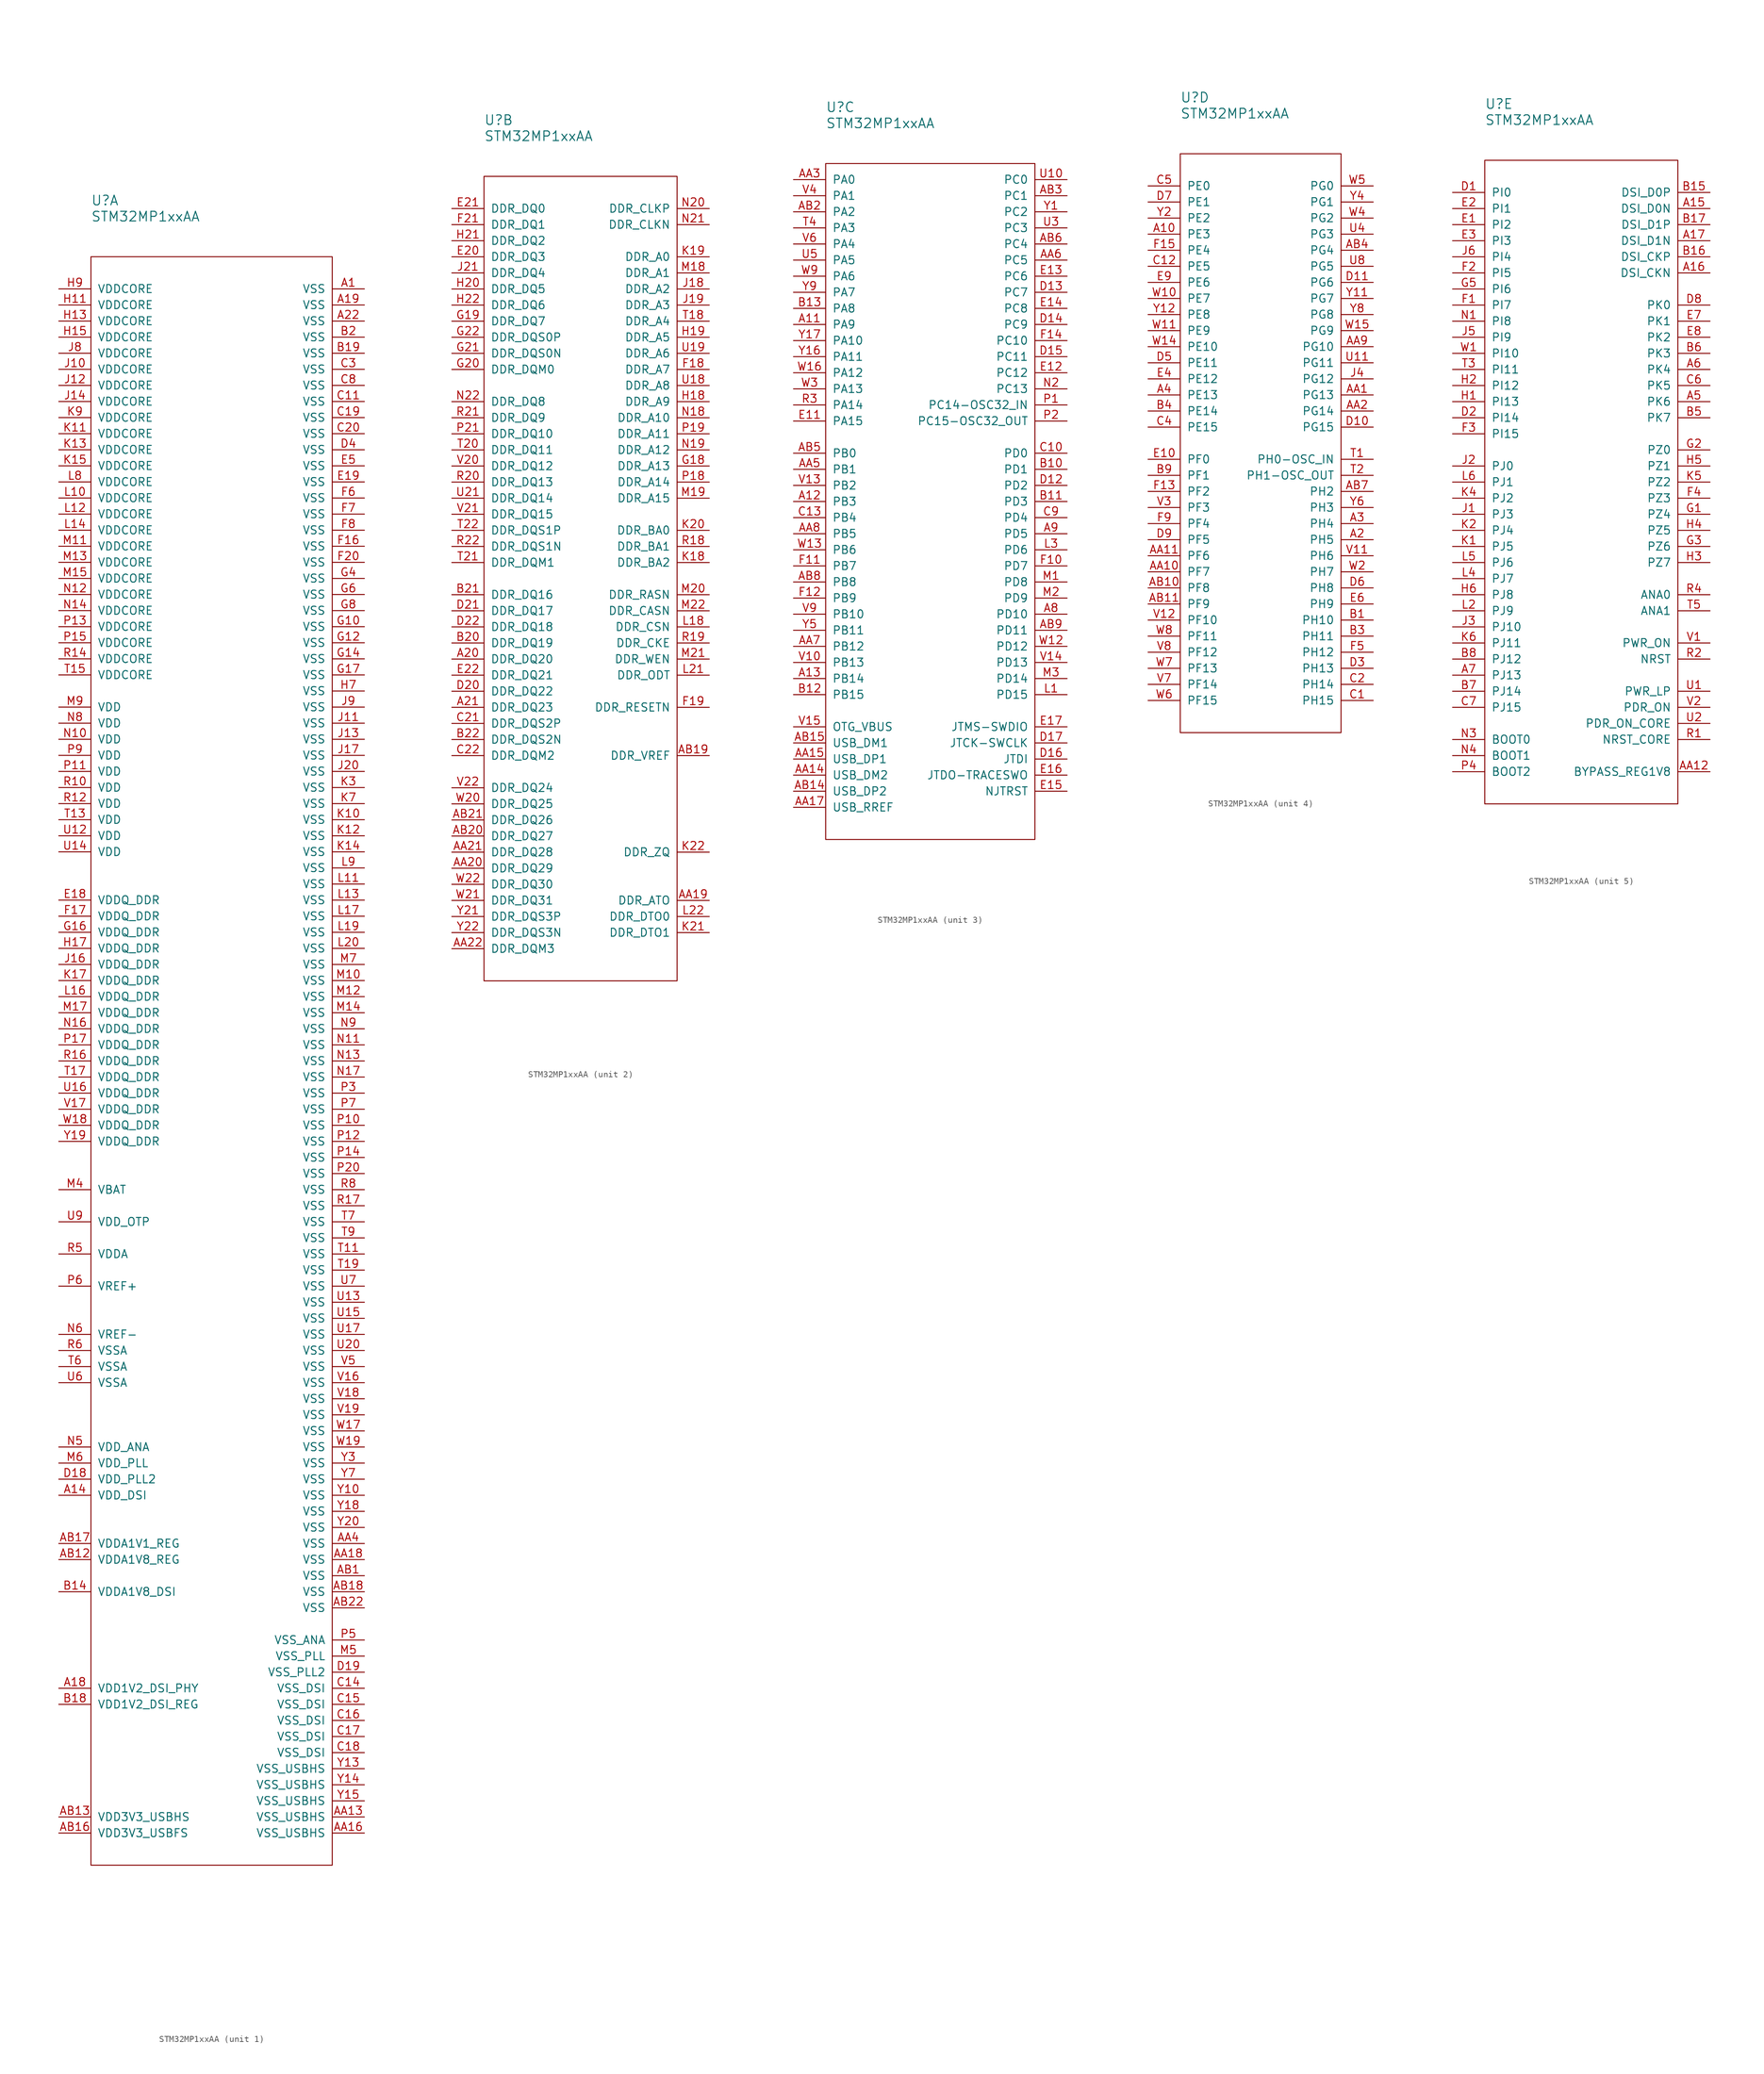
<source format=kicad_sym>
(kicad_symbol_lib
  (version 20211014)
  (generator kicad_symbol_editor)
  (symbol "STM32MP1xxAA"
    (pin_names
      (offset 1.016))
    (property "Reference" "U"
      (at 0 8.89 0)
      (effects (font (size 1.524 1.524)) (justify left)))
    (property "Value" "STM32MP1xxAA"
      (at 0 6.35 0)
      (effects (font (size 1.524 1.524)) (justify left)))
    (property "ki_locked" ""
      (at 0 0 0)
      (effects (font (size 1.27 1.27))))
    (symbol "STM32MP1xxAA_1_1"
      (rectangle (start 0 0) (end 38.1 -254) (stroke (width 0.152) (type default) (color 0 0 0 0)) (fill (type none)))
      (pin passive line (at 43.18 -5.08 180) (length 5.08) (name "VSS" (effects (font (size 1.27 1.27)))) (number "A1" (effects (font (size 1.27 1.27)))))
      (pin passive line (at -5.08 -195.58 0) (length 5.08) (name "VDD_DSI" (effects (font (size 1.27 1.27)))) (number "A14" (effects (font (size 1.27 1.27)))))
      (pin passive line (at -5.08 -226.06 0) (length 5.08) (name "VDD1V2_DSI_PHY" (effects (font (size 1.27 1.27)))) (number "A18" (effects (font (size 1.27 1.27)))))
      (pin passive line (at 43.18 -7.62 180) (length 5.08) (name "VSS" (effects (font (size 1.27 1.27)))) (number "A19" (effects (font (size 1.27 1.27)))))
      (pin passive line (at 43.18 -10.16 180) (length 5.08) (name "VSS" (effects (font (size 1.27 1.27)))) (number "A22" (effects (font (size 1.27 1.27)))))
      (pin passive line (at 43.18 -246.38 180) (length 5.08) (name "VSS_USBHS" (effects (font (size 1.27 1.27)))) (number "AA13" (effects (font (size 1.27 1.27)))))
      (pin passive line (at 43.18 -248.92 180) (length 5.08) (name "VSS_USBHS" (effects (font (size 1.27 1.27)))) (number "AA16" (effects (font (size 1.27 1.27)))))
      (pin passive line (at 43.18 -205.74 180) (length 5.08) (name "VSS" (effects (font (size 1.27 1.27)))) (number "AA18" (effects (font (size 1.27 1.27)))))
      (pin passive line (at 43.18 -203.2 180) (length 5.08) (name "VSS" (effects (font (size 1.27 1.27)))) (number "AA4" (effects (font (size 1.27 1.27)))))
      (pin passive line (at 43.18 -208.28 180) (length 5.08) (name "VSS" (effects (font (size 1.27 1.27)))) (number "AB1" (effects (font (size 1.27 1.27)))))
      (pin passive line (at -5.08 -205.74 0) (length 5.08) (name "VDDA1V8_REG" (effects (font (size 1.27 1.27)))) (number "AB12" (effects (font (size 1.27 1.27)))))
      (pin passive line (at -5.08 -246.38 0) (length 5.08) (name "VDD3V3_USBHS" (effects (font (size 1.27 1.27)))) (number "AB13" (effects (font (size 1.27 1.27)))))
      (pin passive line (at -5.08 -248.92 0) (length 5.08) (name "VDD3V3_USBFS" (effects (font (size 1.27 1.27)))) (number "AB16" (effects (font (size 1.27 1.27)))))
      (pin passive line (at -5.08 -203.2 0) (length 5.08) (name "VDDA1V1_REG" (effects (font (size 1.27 1.27)))) (number "AB17" (effects (font (size 1.27 1.27)))))
      (pin passive line (at 43.18 -210.82 180) (length 5.08) (name "VSS" (effects (font (size 1.27 1.27)))) (number "AB18" (effects (font (size 1.27 1.27)))))
      (pin passive line (at 43.18 -213.36 180) (length 5.08) (name "VSS" (effects (font (size 1.27 1.27)))) (number "AB22" (effects (font (size 1.27 1.27)))))
      (pin passive line (at -5.08 -210.82 0) (length 5.08) (name "VDDA1V8_DSI" (effects (font (size 1.27 1.27)))) (number "B14" (effects (font (size 1.27 1.27)))))
      (pin passive line (at -5.08 -228.6 0) (length 5.08) (name "VDD1V2_DSI_REG" (effects (font (size 1.27 1.27)))) (number "B18" (effects (font (size 1.27 1.27)))))
      (pin passive line (at 43.18 -15.24 180) (length 5.08) (name "VSS" (effects (font (size 1.27 1.27)))) (number "B19" (effects (font (size 1.27 1.27)))))
      (pin passive line (at 43.18 -12.7 180) (length 5.08) (name "VSS" (effects (font (size 1.27 1.27)))) (number "B2" (effects (font (size 1.27 1.27)))))
      (pin passive line (at 43.18 -22.86 180) (length 5.08) (name "VSS" (effects (font (size 1.27 1.27)))) (number "C11" (effects (font (size 1.27 1.27)))))
      (pin passive line (at 43.18 -226.06 180) (length 5.08) (name "VSS_DSI" (effects (font (size 1.27 1.27)))) (number "C14" (effects (font (size 1.27 1.27)))))
      (pin passive line (at 43.18 -228.6 180) (length 5.08) (name "VSS_DSI" (effects (font (size 1.27 1.27)))) (number "C15" (effects (font (size 1.27 1.27)))))
      (pin passive line (at 43.18 -231.14 180) (length 5.08) (name "VSS_DSI" (effects (font (size 1.27 1.27)))) (number "C16" (effects (font (size 1.27 1.27)))))
      (pin passive line (at 43.18 -233.68 180) (length 5.08) (name "VSS_DSI" (effects (font (size 1.27 1.27)))) (number "C17" (effects (font (size 1.27 1.27)))))
      (pin passive line (at 43.18 -236.22 180) (length 5.08) (name "VSS_DSI" (effects (font (size 1.27 1.27)))) (number "C18" (effects (font (size 1.27 1.27)))))
      (pin passive line (at 43.18 -25.4 180) (length 5.08) (name "VSS" (effects (font (size 1.27 1.27)))) (number "C19" (effects (font (size 1.27 1.27)))))
      (pin passive line (at 43.18 -27.94 180) (length 5.08) (name "VSS" (effects (font (size 1.27 1.27)))) (number "C20" (effects (font (size 1.27 1.27)))))
      (pin passive line (at 43.18 -17.78 180) (length 5.08) (name "VSS" (effects (font (size 1.27 1.27)))) (number "C3" (effects (font (size 1.27 1.27)))))
      (pin passive line (at 43.18 -20.32 180) (length 5.08) (name "VSS" (effects (font (size 1.27 1.27)))) (number "C8" (effects (font (size 1.27 1.27)))))
      (pin passive line (at -5.08 -193.04 0) (length 5.08) (name "VDD_PLL2" (effects (font (size 1.27 1.27)))) (number "D18" (effects (font (size 1.27 1.27)))))
      (pin passive line (at 43.18 -223.52 180) (length 5.08) (name "VSS_PLL2" (effects (font (size 1.27 1.27)))) (number "D19" (effects (font (size 1.27 1.27)))))
      (pin passive line (at 43.18 -30.48 180) (length 5.08) (name "VSS" (effects (font (size 1.27 1.27)))) (number "D4" (effects (font (size 1.27 1.27)))))
      (pin passive line (at -5.08 -101.6 0) (length 5.08) (name "VDDQ_DDR" (effects (font (size 1.27 1.27)))) (number "E18" (effects (font (size 1.27 1.27)))))
      (pin passive line (at 43.18 -35.56 180) (length 5.08) (name "VSS" (effects (font (size 1.27 1.27)))) (number "E19" (effects (font (size 1.27 1.27)))))
      (pin passive line (at 43.18 -33.02 180) (length 5.08) (name "VSS" (effects (font (size 1.27 1.27)))) (number "E5" (effects (font (size 1.27 1.27)))))
      (pin passive line (at 43.18 -45.72 180) (length 5.08) (name "VSS" (effects (font (size 1.27 1.27)))) (number "F16" (effects (font (size 1.27 1.27)))))
      (pin passive line (at -5.08 -104.14 0) (length 5.08) (name "VDDQ_DDR" (effects (font (size 1.27 1.27)))) (number "F17" (effects (font (size 1.27 1.27)))))
      (pin passive line (at 43.18 -48.26 180) (length 5.08) (name "VSS" (effects (font (size 1.27 1.27)))) (number "F20" (effects (font (size 1.27 1.27)))))
      (pin passive line (at 43.18 -38.1 180) (length 5.08) (name "VSS" (effects (font (size 1.27 1.27)))) (number "F6" (effects (font (size 1.27 1.27)))))
      (pin passive line (at 43.18 -40.64 180) (length 5.08) (name "VSS" (effects (font (size 1.27 1.27)))) (number "F7" (effects (font (size 1.27 1.27)))))
      (pin passive line (at 43.18 -43.18 180) (length 5.08) (name "VSS" (effects (font (size 1.27 1.27)))) (number "F8" (effects (font (size 1.27 1.27)))))
      (pin passive line (at 43.18 -58.42 180) (length 5.08) (name "VSS" (effects (font (size 1.27 1.27)))) (number "G10" (effects (font (size 1.27 1.27)))))
      (pin passive line (at 43.18 -60.96 180) (length 5.08) (name "VSS" (effects (font (size 1.27 1.27)))) (number "G12" (effects (font (size 1.27 1.27)))))
      (pin passive line (at 43.18 -63.5 180) (length 5.08) (name "VSS" (effects (font (size 1.27 1.27)))) (number "G14" (effects (font (size 1.27 1.27)))))
      (pin passive line (at -5.08 -106.68 0) (length 5.08) (name "VDDQ_DDR" (effects (font (size 1.27 1.27)))) (number "G16" (effects (font (size 1.27 1.27)))))
      (pin passive line (at 43.18 -66.04 180) (length 5.08) (name "VSS" (effects (font (size 1.27 1.27)))) (number "G17" (effects (font (size 1.27 1.27)))))
      (pin passive line (at 43.18 -50.8 180) (length 5.08) (name "VSS" (effects (font (size 1.27 1.27)))) (number "G4" (effects (font (size 1.27 1.27)))))
      (pin passive line (at 43.18 -53.34 180) (length 5.08) (name "VSS" (effects (font (size 1.27 1.27)))) (number "G6" (effects (font (size 1.27 1.27)))))
      (pin passive line (at 43.18 -55.88 180) (length 5.08) (name "VSS" (effects (font (size 1.27 1.27)))) (number "G8" (effects (font (size 1.27 1.27)))))
      (pin passive line (at -5.08 -7.62 0) (length 5.08) (name "VDDCORE" (effects (font (size 1.27 1.27)))) (number "H11" (effects (font (size 1.27 1.27)))))
      (pin passive line (at -5.08 -10.16 0) (length 5.08) (name "VDDCORE" (effects (font (size 1.27 1.27)))) (number "H13" (effects (font (size 1.27 1.27)))))
      (pin passive line (at -5.08 -12.7 0) (length 5.08) (name "VDDCORE" (effects (font (size 1.27 1.27)))) (number "H15" (effects (font (size 1.27 1.27)))))
      (pin passive line (at -5.08 -109.22 0) (length 5.08) (name "VDDQ_DDR" (effects (font (size 1.27 1.27)))) (number "H17" (effects (font (size 1.27 1.27)))))
      (pin passive line (at 43.18 -68.58 180) (length 5.08) (name "VSS" (effects (font (size 1.27 1.27)))) (number "H7" (effects (font (size 1.27 1.27)))))
      (pin passive line (at -5.08 -5.08 0) (length 5.08) (name "VDDCORE" (effects (font (size 1.27 1.27)))) (number "H9" (effects (font (size 1.27 1.27)))))
      (pin passive line (at -5.08 -17.78 0) (length 5.08) (name "VDDCORE" (effects (font (size 1.27 1.27)))) (number "J10" (effects (font (size 1.27 1.27)))))
      (pin passive line (at 43.18 -73.66 180) (length 5.08) (name "VSS" (effects (font (size 1.27 1.27)))) (number "J11" (effects (font (size 1.27 1.27)))))
      (pin passive line (at -5.08 -20.32 0) (length 5.08) (name "VDDCORE" (effects (font (size 1.27 1.27)))) (number "J12" (effects (font (size 1.27 1.27)))))
      (pin passive line (at 43.18 -76.2 180) (length 5.08) (name "VSS" (effects (font (size 1.27 1.27)))) (number "J13" (effects (font (size 1.27 1.27)))))
      (pin passive line (at -5.08 -22.86 0) (length 5.08) (name "VDDCORE" (effects (font (size 1.27 1.27)))) (number "J14" (effects (font (size 1.27 1.27)))))
      (pin passive line (at -5.08 -111.76 0) (length 5.08) (name "VDDQ_DDR" (effects (font (size 1.27 1.27)))) (number "J16" (effects (font (size 1.27 1.27)))))
      (pin passive line (at 43.18 -78.74 180) (length 5.08) (name "VSS" (effects (font (size 1.27 1.27)))) (number "J17" (effects (font (size 1.27 1.27)))))
      (pin passive line (at 43.18 -81.28 180) (length 5.08) (name "VSS" (effects (font (size 1.27 1.27)))) (number "J20" (effects (font (size 1.27 1.27)))))
      (pin passive line (at -5.08 -15.24 0) (length 5.08) (name "VDDCORE" (effects (font (size 1.27 1.27)))) (number "J8" (effects (font (size 1.27 1.27)))))
      (pin passive line (at 43.18 -71.12 180) (length 5.08) (name "VSS" (effects (font (size 1.27 1.27)))) (number "J9" (effects (font (size 1.27 1.27)))))
      (pin passive line (at 43.18 -88.9 180) (length 5.08) (name "VSS" (effects (font (size 1.27 1.27)))) (number "K10" (effects (font (size 1.27 1.27)))))
      (pin passive line (at -5.08 -27.94 0) (length 5.08) (name "VDDCORE" (effects (font (size 1.27 1.27)))) (number "K11" (effects (font (size 1.27 1.27)))))
      (pin passive line (at 43.18 -91.44 180) (length 5.08) (name "VSS" (effects (font (size 1.27 1.27)))) (number "K12" (effects (font (size 1.27 1.27)))))
      (pin passive line (at -5.08 -30.48 0) (length 5.08) (name "VDDCORE" (effects (font (size 1.27 1.27)))) (number "K13" (effects (font (size 1.27 1.27)))))
      (pin passive line (at 43.18 -93.98 180) (length 5.08) (name "VSS" (effects (font (size 1.27 1.27)))) (number "K14" (effects (font (size 1.27 1.27)))))
      (pin passive line (at -5.08 -33.02 0) (length 5.08) (name "VDDCORE" (effects (font (size 1.27 1.27)))) (number "K15" (effects (font (size 1.27 1.27)))))
      (pin passive line (at -5.08 -114.3 0) (length 5.08) (name "VDDQ_DDR" (effects (font (size 1.27 1.27)))) (number "K17" (effects (font (size 1.27 1.27)))))
      (pin passive line (at 43.18 -83.82 180) (length 5.08) (name "VSS" (effects (font (size 1.27 1.27)))) (number "K3" (effects (font (size 1.27 1.27)))))
      (pin passive line (at 43.18 -86.36 180) (length 5.08) (name "VSS" (effects (font (size 1.27 1.27)))) (number "K7" (effects (font (size 1.27 1.27)))))
      (pin passive line (at -5.08 -25.4 0) (length 5.08) (name "VDDCORE" (effects (font (size 1.27 1.27)))) (number "K9" (effects (font (size 1.27 1.27)))))
      (pin passive line (at -5.08 -38.1 0) (length 5.08) (name "VDDCORE" (effects (font (size 1.27 1.27)))) (number "L10" (effects (font (size 1.27 1.27)))))
      (pin passive line (at 43.18 -99.06 180) (length 5.08) (name "VSS" (effects (font (size 1.27 1.27)))) (number "L11" (effects (font (size 1.27 1.27)))))
      (pin passive line (at -5.08 -40.64 0) (length 5.08) (name "VDDCORE" (effects (font (size 1.27 1.27)))) (number "L12" (effects (font (size 1.27 1.27)))))
      (pin passive line (at 43.18 -101.6 180) (length 5.08) (name "VSS" (effects (font (size 1.27 1.27)))) (number "L13" (effects (font (size 1.27 1.27)))))
      (pin passive line (at -5.08 -43.18 0) (length 5.08) (name "VDDCORE" (effects (font (size 1.27 1.27)))) (number "L14" (effects (font (size 1.27 1.27)))))
      (pin passive line (at -5.08 -116.84 0) (length 5.08) (name "VDDQ_DDR" (effects (font (size 1.27 1.27)))) (number "L16" (effects (font (size 1.27 1.27)))))
      (pin passive line (at 43.18 -104.14 180) (length 5.08) (name "VSS" (effects (font (size 1.27 1.27)))) (number "L17" (effects (font (size 1.27 1.27)))))
      (pin passive line (at 43.18 -106.68 180) (length 5.08) (name "VSS" (effects (font (size 1.27 1.27)))) (number "L19" (effects (font (size 1.27 1.27)))))
      (pin passive line (at 43.18 -109.22 180) (length 5.08) (name "VSS" (effects (font (size 1.27 1.27)))) (number "L20" (effects (font (size 1.27 1.27)))))
      (pin passive line (at -5.08 -35.56 0) (length 5.08) (name "VDDCORE" (effects (font (size 1.27 1.27)))) (number "L8" (effects (font (size 1.27 1.27)))))
      (pin passive line (at 43.18 -96.52 180) (length 5.08) (name "VSS" (effects (font (size 1.27 1.27)))) (number "L9" (effects (font (size 1.27 1.27)))))
      (pin passive line (at 43.18 -114.3 180) (length 5.08) (name "VSS" (effects (font (size 1.27 1.27)))) (number "M10" (effects (font (size 1.27 1.27)))))
      (pin passive line (at -5.08 -45.72 0) (length 5.08) (name "VDDCORE" (effects (font (size 1.27 1.27)))) (number "M11" (effects (font (size 1.27 1.27)))))
      (pin passive line (at 43.18 -116.84 180) (length 5.08) (name "VSS" (effects (font (size 1.27 1.27)))) (number "M12" (effects (font (size 1.27 1.27)))))
      (pin passive line (at -5.08 -48.26 0) (length 5.08) (name "VDDCORE" (effects (font (size 1.27 1.27)))) (number "M13" (effects (font (size 1.27 1.27)))))
      (pin passive line (at 43.18 -119.38 180) (length 5.08) (name "VSS" (effects (font (size 1.27 1.27)))) (number "M14" (effects (font (size 1.27 1.27)))))
      (pin passive line (at -5.08 -50.8 0) (length 5.08) (name "VDDCORE" (effects (font (size 1.27 1.27)))) (number "M15" (effects (font (size 1.27 1.27)))))
      (pin passive line (at -5.08 -119.38 0) (length 5.08) (name "VDDQ_DDR" (effects (font (size 1.27 1.27)))) (number "M17" (effects (font (size 1.27 1.27)))))
      (pin passive line (at -5.08 -147.32 0) (length 5.08) (name "VBAT" (effects (font (size 1.27 1.27)))) (number "M4" (effects (font (size 1.27 1.27)))))
      (pin passive line (at 43.18 -220.98 180) (length 5.08) (name "VSS_PLL" (effects (font (size 1.27 1.27)))) (number "M5" (effects (font (size 1.27 1.27)))))
      (pin passive line (at -5.08 -190.5 0) (length 5.08) (name "VDD_PLL" (effects (font (size 1.27 1.27)))) (number "M6" (effects (font (size 1.27 1.27)))))
      (pin passive line (at 43.18 -111.76 180) (length 5.08) (name "VSS" (effects (font (size 1.27 1.27)))) (number "M7" (effects (font (size 1.27 1.27)))))
      (pin passive line (at -5.08 -71.12 0) (length 5.08) (name "VDD" (effects (font (size 1.27 1.27)))) (number "M9" (effects (font (size 1.27 1.27)))))
      (pin passive line (at -5.08 -76.2 0) (length 5.08) (name "VDD" (effects (font (size 1.27 1.27)))) (number "N10" (effects (font (size 1.27 1.27)))))
      (pin passive line (at 43.18 -124.46 180) (length 5.08) (name "VSS" (effects (font (size 1.27 1.27)))) (number "N11" (effects (font (size 1.27 1.27)))))
      (pin passive line (at -5.08 -53.34 0) (length 5.08) (name "VDDCORE" (effects (font (size 1.27 1.27)))) (number "N12" (effects (font (size 1.27 1.27)))))
      (pin passive line (at 43.18 -127 180) (length 5.08) (name "VSS" (effects (font (size 1.27 1.27)))) (number "N13" (effects (font (size 1.27 1.27)))))
      (pin passive line (at -5.08 -55.88 0) (length 5.08) (name "VDDCORE" (effects (font (size 1.27 1.27)))) (number "N14" (effects (font (size 1.27 1.27)))))
      (pin passive line (at -5.08 -121.92 0) (length 5.08) (name "VDDQ_DDR" (effects (font (size 1.27 1.27)))) (number "N16" (effects (font (size 1.27 1.27)))))
      (pin passive line (at 43.18 -129.54 180) (length 5.08) (name "VSS" (effects (font (size 1.27 1.27)))) (number "N17" (effects (font (size 1.27 1.27)))))
      (pin passive line (at -5.08 -187.96 0) (length 5.08) (name "VDD_ANA" (effects (font (size 1.27 1.27)))) (number "N5" (effects (font (size 1.27 1.27)))))
      (pin passive line (at -5.08 -170.18 0) (length 5.08) (name "VREF-" (effects (font (size 1.27 1.27)))) (number "N6" (effects (font (size 1.27 1.27)))))
      (pin passive line (at -5.08 -73.66 0) (length 5.08) (name "VDD" (effects (font (size 1.27 1.27)))) (number "N8" (effects (font (size 1.27 1.27)))))
      (pin passive line (at 43.18 -121.92 180) (length 5.08) (name "VSS" (effects (font (size 1.27 1.27)))) (number "N9" (effects (font (size 1.27 1.27)))))
      (pin passive line (at 43.18 -137.16 180) (length 5.08) (name "VSS" (effects (font (size 1.27 1.27)))) (number "P10" (effects (font (size 1.27 1.27)))))
      (pin passive line (at -5.08 -81.28 0) (length 5.08) (name "VDD" (effects (font (size 1.27 1.27)))) (number "P11" (effects (font (size 1.27 1.27)))))
      (pin passive line (at 43.18 -139.7 180) (length 5.08) (name "VSS" (effects (font (size 1.27 1.27)))) (number "P12" (effects (font (size 1.27 1.27)))))
      (pin passive line (at -5.08 -58.42 0) (length 5.08) (name "VDDCORE" (effects (font (size 1.27 1.27)))) (number "P13" (effects (font (size 1.27 1.27)))))
      (pin passive line (at 43.18 -142.24 180) (length 5.08) (name "VSS" (effects (font (size 1.27 1.27)))) (number "P14" (effects (font (size 1.27 1.27)))))
      (pin passive line (at -5.08 -60.96 0) (length 5.08) (name "VDDCORE" (effects (font (size 1.27 1.27)))) (number "P15" (effects (font (size 1.27 1.27)))))
      (pin passive line (at -5.08 -124.46 0) (length 5.08) (name "VDDQ_DDR" (effects (font (size 1.27 1.27)))) (number "P17" (effects (font (size 1.27 1.27)))))
      (pin passive line (at 43.18 -144.78 180) (length 5.08) (name "VSS" (effects (font (size 1.27 1.27)))) (number "P20" (effects (font (size 1.27 1.27)))))
      (pin passive line (at 43.18 -132.08 180) (length 5.08) (name "VSS" (effects (font (size 1.27 1.27)))) (number "P3" (effects (font (size 1.27 1.27)))))
      (pin passive line (at 43.18 -218.44 180) (length 5.08) (name "VSS_ANA" (effects (font (size 1.27 1.27)))) (number "P5" (effects (font (size 1.27 1.27)))))
      (pin passive line (at -5.08 -162.56 0) (length 5.08) (name "VREF+" (effects (font (size 1.27 1.27)))) (number "P6" (effects (font (size 1.27 1.27)))))
      (pin passive line (at 43.18 -134.62 180) (length 5.08) (name "VSS" (effects (font (size 1.27 1.27)))) (number "P7" (effects (font (size 1.27 1.27)))))
      (pin passive line (at -5.08 -78.74 0) (length 5.08) (name "VDD" (effects (font (size 1.27 1.27)))) (number "P9" (effects (font (size 1.27 1.27)))))
      (pin passive line (at -5.08 -83.82 0) (length 5.08) (name "VDD" (effects (font (size 1.27 1.27)))) (number "R10" (effects (font (size 1.27 1.27)))))
      (pin passive line (at -5.08 -86.36 0) (length 5.08) (name "VDD" (effects (font (size 1.27 1.27)))) (number "R12" (effects (font (size 1.27 1.27)))))
      (pin passive line (at -5.08 -63.5 0) (length 5.08) (name "VDDCORE" (effects (font (size 1.27 1.27)))) (number "R14" (effects (font (size 1.27 1.27)))))
      (pin passive line (at -5.08 -127 0) (length 5.08) (name "VDDQ_DDR" (effects (font (size 1.27 1.27)))) (number "R16" (effects (font (size 1.27 1.27)))))
      (pin passive line (at 43.18 -149.86 180) (length 5.08) (name "VSS" (effects (font (size 1.27 1.27)))) (number "R17" (effects (font (size 1.27 1.27)))))
      (pin passive line (at -5.08 -157.48 0) (length 5.08) (name "VDDA" (effects (font (size 1.27 1.27)))) (number "R5" (effects (font (size 1.27 1.27)))))
      (pin passive line (at -5.08 -172.72 0) (length 5.08) (name "VSSA" (effects (font (size 1.27 1.27)))) (number "R6" (effects (font (size 1.27 1.27)))))
      (pin passive line (at 43.18 -147.32 180) (length 5.08) (name "VSS" (effects (font (size 1.27 1.27)))) (number "R8" (effects (font (size 1.27 1.27)))))
      (pin passive line (at 43.18 -157.48 180) (length 5.08) (name "VSS" (effects (font (size 1.27 1.27)))) (number "T11" (effects (font (size 1.27 1.27)))))
      (pin passive line (at -5.08 -88.9 0) (length 5.08) (name "VDD" (effects (font (size 1.27 1.27)))) (number "T13" (effects (font (size 1.27 1.27)))))
      (pin passive line (at -5.08 -66.04 0) (length 5.08) (name "VDDCORE" (effects (font (size 1.27 1.27)))) (number "T15" (effects (font (size 1.27 1.27)))))
      (pin passive line (at -5.08 -129.54 0) (length 5.08) (name "VDDQ_DDR" (effects (font (size 1.27 1.27)))) (number "T17" (effects (font (size 1.27 1.27)))))
      (pin passive line (at 43.18 -160.02 180) (length 5.08) (name "VSS" (effects (font (size 1.27 1.27)))) (number "T19" (effects (font (size 1.27 1.27)))))
      (pin passive line (at -5.08 -175.26 0) (length 5.08) (name "VSSA" (effects (font (size 1.27 1.27)))) (number "T6" (effects (font (size 1.27 1.27)))))
      (pin passive line (at 43.18 -152.4 180) (length 5.08) (name "VSS" (effects (font (size 1.27 1.27)))) (number "T7" (effects (font (size 1.27 1.27)))))
      (pin passive line (at 43.18 -154.94 180) (length 5.08) (name "VSS" (effects (font (size 1.27 1.27)))) (number "T9" (effects (font (size 1.27 1.27)))))
      (pin passive line (at -5.08 -91.44 0) (length 5.08) (name "VDD" (effects (font (size 1.27 1.27)))) (number "U12" (effects (font (size 1.27 1.27)))))
      (pin passive line (at 43.18 -165.1 180) (length 5.08) (name "VSS" (effects (font (size 1.27 1.27)))) (number "U13" (effects (font (size 1.27 1.27)))))
      (pin passive line (at -5.08 -93.98 0) (length 5.08) (name "VDD" (effects (font (size 1.27 1.27)))) (number "U14" (effects (font (size 1.27 1.27)))))
      (pin passive line (at 43.18 -167.64 180) (length 5.08) (name "VSS" (effects (font (size 1.27 1.27)))) (number "U15" (effects (font (size 1.27 1.27)))))
      (pin passive line (at -5.08 -132.08 0) (length 5.08) (name "VDDQ_DDR" (effects (font (size 1.27 1.27)))) (number "U16" (effects (font (size 1.27 1.27)))))
      (pin passive line (at 43.18 -170.18 180) (length 5.08) (name "VSS" (effects (font (size 1.27 1.27)))) (number "U17" (effects (font (size 1.27 1.27)))))
      (pin passive line (at 43.18 -172.72 180) (length 5.08) (name "VSS" (effects (font (size 1.27 1.27)))) (number "U20" (effects (font (size 1.27 1.27)))))
      (pin passive line (at -5.08 -177.8 0) (length 5.08) (name "VSSA" (effects (font (size 1.27 1.27)))) (number "U6" (effects (font (size 1.27 1.27)))))
      (pin passive line (at 43.18 -162.56 180) (length 5.08) (name "VSS" (effects (font (size 1.27 1.27)))) (number "U7" (effects (font (size 1.27 1.27)))))
      (pin passive line (at -5.08 -152.4 0) (length 5.08) (name "VDD_OTP" (effects (font (size 1.27 1.27)))) (number "U9" (effects (font (size 1.27 1.27)))))
      (pin passive line (at 43.18 -177.8 180) (length 5.08) (name "VSS" (effects (font (size 1.27 1.27)))) (number "V16" (effects (font (size 1.27 1.27)))))
      (pin passive line (at -5.08 -134.62 0) (length 5.08) (name "VDDQ_DDR" (effects (font (size 1.27 1.27)))) (number "V17" (effects (font (size 1.27 1.27)))))
      (pin passive line (at 43.18 -180.34 180) (length 5.08) (name "VSS" (effects (font (size 1.27 1.27)))) (number "V18" (effects (font (size 1.27 1.27)))))
      (pin passive line (at 43.18 -182.88 180) (length 5.08) (name "VSS" (effects (font (size 1.27 1.27)))) (number "V19" (effects (font (size 1.27 1.27)))))
      (pin passive line (at 43.18 -175.26 180) (length 5.08) (name "VSS" (effects (font (size 1.27 1.27)))) (number "V5" (effects (font (size 1.27 1.27)))))
      (pin passive line (at 43.18 -185.42 180) (length 5.08) (name "VSS" (effects (font (size 1.27 1.27)))) (number "W17" (effects (font (size 1.27 1.27)))))
      (pin passive line (at -5.08 -137.16 0) (length 5.08) (name "VDDQ_DDR" (effects (font (size 1.27 1.27)))) (number "W18" (effects (font (size 1.27 1.27)))))
      (pin passive line (at 43.18 -187.96 180) (length 5.08) (name "VSS" (effects (font (size 1.27 1.27)))) (number "W19" (effects (font (size 1.27 1.27)))))
      (pin passive line (at 43.18 -195.58 180) (length 5.08) (name "VSS" (effects (font (size 1.27 1.27)))) (number "Y10" (effects (font (size 1.27 1.27)))))
      (pin passive line (at 43.18 -238.76 180) (length 5.08) (name "VSS_USBHS" (effects (font (size 1.27 1.27)))) (number "Y13" (effects (font (size 1.27 1.27)))))
      (pin passive line (at 43.18 -241.3 180) (length 5.08) (name "VSS_USBHS" (effects (font (size 1.27 1.27)))) (number "Y14" (effects (font (size 1.27 1.27)))))
      (pin passive line (at 43.18 -243.84 180) (length 5.08) (name "VSS_USBHS" (effects (font (size 1.27 1.27)))) (number "Y15" (effects (font (size 1.27 1.27)))))
      (pin passive line (at 43.18 -198.12 180) (length 5.08) (name "VSS" (effects (font (size 1.27 1.27)))) (number "Y18" (effects (font (size 1.27 1.27)))))
      (pin passive line (at -5.08 -139.7 0) (length 5.08) (name "VDDQ_DDR" (effects (font (size 1.27 1.27)))) (number "Y19" (effects (font (size 1.27 1.27)))))
      (pin passive line (at 43.18 -200.66 180) (length 5.08) (name "VSS" (effects (font (size 1.27 1.27)))) (number "Y20" (effects (font (size 1.27 1.27)))))
      (pin passive line (at 43.18 -190.5 180) (length 5.08) (name "VSS" (effects (font (size 1.27 1.27)))) (number "Y3" (effects (font (size 1.27 1.27)))))
      (pin passive line (at 43.18 -193.04 180) (length 5.08) (name "VSS" (effects (font (size 1.27 1.27)))) (number "Y7" (effects (font (size 1.27 1.27))))))
    (symbol "STM32MP1xxAA_2_1"
      (rectangle (start 0 0) (end 30.48 -127) (stroke (width 0.152) (type default) (color 0 0 0 0)) (fill (type none)))
      (pin passive line (at -5.08 -76.2 0) (length 5.08) (name "DDR_DQ20" (effects (font (size 1.27 1.27)))) (number "A20" (effects (font (size 1.27 1.27)))))
      (pin passive line (at -5.08 -83.82 0) (length 5.08) (name "DDR_DQ23" (effects (font (size 1.27 1.27)))) (number "A21" (effects (font (size 1.27 1.27)))))
      (pin passive line (at 35.56 -114.3 180) (length 5.08) (name "DDR_ATO" (effects (font (size 1.27 1.27)))) (number "AA19" (effects (font (size 1.27 1.27)))))
      (pin passive line (at -5.08 -109.22 0) (length 5.08) (name "DDR_DQ29" (effects (font (size 1.27 1.27)))) (number "AA20" (effects (font (size 1.27 1.27)))))
      (pin passive line (at -5.08 -106.68 0) (length 5.08) (name "DDR_DQ28" (effects (font (size 1.27 1.27)))) (number "AA21" (effects (font (size 1.27 1.27)))))
      (pin passive line (at -5.08 -121.92 0) (length 5.08) (name "DDR_DQM3" (effects (font (size 1.27 1.27)))) (number "AA22" (effects (font (size 1.27 1.27)))))
      (pin passive line (at 35.56 -91.44 180) (length 5.08) (name "DDR_VREF" (effects (font (size 1.27 1.27)))) (number "AB19" (effects (font (size 1.27 1.27)))))
      (pin passive line (at -5.08 -104.14 0) (length 5.08) (name "DDR_DQ27" (effects (font (size 1.27 1.27)))) (number "AB20" (effects (font (size 1.27 1.27)))))
      (pin passive line (at -5.08 -101.6 0) (length 5.08) (name "DDR_DQ26" (effects (font (size 1.27 1.27)))) (number "AB21" (effects (font (size 1.27 1.27)))))
      (pin passive line (at -5.08 -73.66 0) (length 5.08) (name "DDR_DQ19" (effects (font (size 1.27 1.27)))) (number "B20" (effects (font (size 1.27 1.27)))))
      (pin passive line (at -5.08 -66.04 0) (length 5.08) (name "DDR_DQ16" (effects (font (size 1.27 1.27)))) (number "B21" (effects (font (size 1.27 1.27)))))
      (pin passive line (at -5.08 -88.9 0) (length 5.08) (name "DDR_DQS2N" (effects (font (size 1.27 1.27)))) (number "B22" (effects (font (size 1.27 1.27)))))
      (pin passive line (at -5.08 -86.36 0) (length 5.08) (name "DDR_DQS2P" (effects (font (size 1.27 1.27)))) (number "C21" (effects (font (size 1.27 1.27)))))
      (pin passive line (at -5.08 -91.44 0) (length 5.08) (name "DDR_DQM2" (effects (font (size 1.27 1.27)))) (number "C22" (effects (font (size 1.27 1.27)))))
      (pin passive line (at -5.08 -81.28 0) (length 5.08) (name "DDR_DQ22" (effects (font (size 1.27 1.27)))) (number "D20" (effects (font (size 1.27 1.27)))))
      (pin passive line (at -5.08 -68.58 0) (length 5.08) (name "DDR_DQ17" (effects (font (size 1.27 1.27)))) (number "D21" (effects (font (size 1.27 1.27)))))
      (pin passive line (at -5.08 -71.12 0) (length 5.08) (name "DDR_DQ18" (effects (font (size 1.27 1.27)))) (number "D22" (effects (font (size 1.27 1.27)))))
      (pin passive line (at -5.08 -12.7 0) (length 5.08) (name "DDR_DQ3" (effects (font (size 1.27 1.27)))) (number "E20" (effects (font (size 1.27 1.27)))))
      (pin passive line (at -5.08 -5.08 0) (length 5.08) (name "DDR_DQ0" (effects (font (size 1.27 1.27)))) (number "E21" (effects (font (size 1.27 1.27)))))
      (pin passive line (at -5.08 -78.74 0) (length 5.08) (name "DDR_DQ21" (effects (font (size 1.27 1.27)))) (number "E22" (effects (font (size 1.27 1.27)))))
      (pin passive line (at 35.56 -30.48 180) (length 5.08) (name "DDR_A7" (effects (font (size 1.27 1.27)))) (number "F18" (effects (font (size 1.27 1.27)))))
      (pin passive line (at 35.56 -83.82 180) (length 5.08) (name "DDR_RESETN" (effects (font (size 1.27 1.27)))) (number "F19" (effects (font (size 1.27 1.27)))))
      (pin passive line (at -5.08 -7.62 0) (length 5.08) (name "DDR_DQ1" (effects (font (size 1.27 1.27)))) (number "F21" (effects (font (size 1.27 1.27)))))
      (pin passive line (at 35.56 -45.72 180) (length 5.08) (name "DDR_A13" (effects (font (size 1.27 1.27)))) (number "G18" (effects (font (size 1.27 1.27)))))
      (pin passive line (at -5.08 -22.86 0) (length 5.08) (name "DDR_DQ7" (effects (font (size 1.27 1.27)))) (number "G19" (effects (font (size 1.27 1.27)))))
      (pin passive line (at -5.08 -30.48 0) (length 5.08) (name "DDR_DQM0" (effects (font (size 1.27 1.27)))) (number "G20" (effects (font (size 1.27 1.27)))))
      (pin passive line (at -5.08 -27.94 0) (length 5.08) (name "DDR_DQS0N" (effects (font (size 1.27 1.27)))) (number "G21" (effects (font (size 1.27 1.27)))))
      (pin passive line (at -5.08 -25.4 0) (length 5.08) (name "DDR_DQS0P" (effects (font (size 1.27 1.27)))) (number "G22" (effects (font (size 1.27 1.27)))))
      (pin passive line (at 35.56 -35.56 180) (length 5.08) (name "DDR_A9" (effects (font (size 1.27 1.27)))) (number "H18" (effects (font (size 1.27 1.27)))))
      (pin passive line (at 35.56 -25.4 180) (length 5.08) (name "DDR_A5" (effects (font (size 1.27 1.27)))) (number "H19" (effects (font (size 1.27 1.27)))))
      (pin passive line (at -5.08 -17.78 0) (length 5.08) (name "DDR_DQ5" (effects (font (size 1.27 1.27)))) (number "H20" (effects (font (size 1.27 1.27)))))
      (pin passive line (at -5.08 -10.16 0) (length 5.08) (name "DDR_DQ2" (effects (font (size 1.27 1.27)))) (number "H21" (effects (font (size 1.27 1.27)))))
      (pin passive line (at -5.08 -20.32 0) (length 5.08) (name "DDR_DQ6" (effects (font (size 1.27 1.27)))) (number "H22" (effects (font (size 1.27 1.27)))))
      (pin passive line (at 35.56 -17.78 180) (length 5.08) (name "DDR_A2" (effects (font (size 1.27 1.27)))) (number "J18" (effects (font (size 1.27 1.27)))))
      (pin passive line (at 35.56 -20.32 180) (length 5.08) (name "DDR_A3" (effects (font (size 1.27 1.27)))) (number "J19" (effects (font (size 1.27 1.27)))))
      (pin passive line (at -5.08 -15.24 0) (length 5.08) (name "DDR_DQ4" (effects (font (size 1.27 1.27)))) (number "J21" (effects (font (size 1.27 1.27)))))
      (pin passive line (at 35.56 -60.96 180) (length 5.08) (name "DDR_BA2" (effects (font (size 1.27 1.27)))) (number "K18" (effects (font (size 1.27 1.27)))))
      (pin passive line (at 35.56 -12.7 180) (length 5.08) (name "DDR_A0" (effects (font (size 1.27 1.27)))) (number "K19" (effects (font (size 1.27 1.27)))))
      (pin passive line (at 35.56 -55.88 180) (length 5.08) (name "DDR_BA0" (effects (font (size 1.27 1.27)))) (number "K20" (effects (font (size 1.27 1.27)))))
      (pin passive line (at 35.56 -119.38 180) (length 5.08) (name "DDR_DTO1" (effects (font (size 1.27 1.27)))) (number "K21" (effects (font (size 1.27 1.27)))))
      (pin passive line (at 35.56 -106.68 180) (length 5.08) (name "DDR_ZQ" (effects (font (size 1.27 1.27)))) (number "K22" (effects (font (size 1.27 1.27)))))
      (pin passive line (at 35.56 -71.12 180) (length 5.08) (name "DDR_CSN" (effects (font (size 1.27 1.27)))) (number "L18" (effects (font (size 1.27 1.27)))))
      (pin passive line (at 35.56 -78.74 180) (length 5.08) (name "DDR_ODT" (effects (font (size 1.27 1.27)))) (number "L21" (effects (font (size 1.27 1.27)))))
      (pin passive line (at 35.56 -116.84 180) (length 5.08) (name "DDR_DTO0" (effects (font (size 1.27 1.27)))) (number "L22" (effects (font (size 1.27 1.27)))))
      (pin passive line (at 35.56 -15.24 180) (length 5.08) (name "DDR_A1" (effects (font (size 1.27 1.27)))) (number "M18" (effects (font (size 1.27 1.27)))))
      (pin passive line (at 35.56 -50.8 180) (length 5.08) (name "DDR_A15" (effects (font (size 1.27 1.27)))) (number "M19" (effects (font (size 1.27 1.27)))))
      (pin passive line (at 35.56 -66.04 180) (length 5.08) (name "DDR_RASN" (effects (font (size 1.27 1.27)))) (number "M20" (effects (font (size 1.27 1.27)))))
      (pin passive line (at 35.56 -76.2 180) (length 5.08) (name "DDR_WEN" (effects (font (size 1.27 1.27)))) (number "M21" (effects (font (size 1.27 1.27)))))
      (pin passive line (at 35.56 -68.58 180) (length 5.08) (name "DDR_CASN" (effects (font (size 1.27 1.27)))) (number "M22" (effects (font (size 1.27 1.27)))))
      (pin passive line (at 35.56 -38.1 180) (length 5.08) (name "DDR_A10" (effects (font (size 1.27 1.27)))) (number "N18" (effects (font (size 1.27 1.27)))))
      (pin passive line (at 35.56 -43.18 180) (length 5.08) (name "DDR_A12" (effects (font (size 1.27 1.27)))) (number "N19" (effects (font (size 1.27 1.27)))))
      (pin passive line (at 35.56 -5.08 180) (length 5.08) (name "DDR_CLKP" (effects (font (size 1.27 1.27)))) (number "N20" (effects (font (size 1.27 1.27)))))
      (pin passive line (at 35.56 -7.62 180) (length 5.08) (name "DDR_CLKN" (effects (font (size 1.27 1.27)))) (number "N21" (effects (font (size 1.27 1.27)))))
      (pin passive line (at -5.08 -35.56 0) (length 5.08) (name "DDR_DQ8" (effects (font (size 1.27 1.27)))) (number "N22" (effects (font (size 1.27 1.27)))))
      (pin passive line (at 35.56 -48.26 180) (length 5.08) (name "DDR_A14" (effects (font (size 1.27 1.27)))) (number "P18" (effects (font (size 1.27 1.27)))))
      (pin passive line (at 35.56 -40.64 180) (length 5.08) (name "DDR_A11" (effects (font (size 1.27 1.27)))) (number "P19" (effects (font (size 1.27 1.27)))))
      (pin passive line (at -5.08 -40.64 0) (length 5.08) (name "DDR_DQ10" (effects (font (size 1.27 1.27)))) (number "P21" (effects (font (size 1.27 1.27)))))
      (pin passive line (at 35.56 -58.42 180) (length 5.08) (name "DDR_BA1" (effects (font (size 1.27 1.27)))) (number "R18" (effects (font (size 1.27 1.27)))))
      (pin passive line (at 35.56 -73.66 180) (length 5.08) (name "DDR_CKE" (effects (font (size 1.27 1.27)))) (number "R19" (effects (font (size 1.27 1.27)))))
      (pin passive line (at -5.08 -48.26 0) (length 5.08) (name "DDR_DQ13" (effects (font (size 1.27 1.27)))) (number "R20" (effects (font (size 1.27 1.27)))))
      (pin passive line (at -5.08 -38.1 0) (length 5.08) (name "DDR_DQ9" (effects (font (size 1.27 1.27)))) (number "R21" (effects (font (size 1.27 1.27)))))
      (pin passive line (at -5.08 -58.42 0) (length 5.08) (name "DDR_DQS1N" (effects (font (size 1.27 1.27)))) (number "R22" (effects (font (size 1.27 1.27)))))
      (pin passive line (at 35.56 -22.86 180) (length 5.08) (name "DDR_A4" (effects (font (size 1.27 1.27)))) (number "T18" (effects (font (size 1.27 1.27)))))
      (pin passive line (at -5.08 -43.18 0) (length 5.08) (name "DDR_DQ11" (effects (font (size 1.27 1.27)))) (number "T20" (effects (font (size 1.27 1.27)))))
      (pin passive line (at -5.08 -60.96 0) (length 5.08) (name "DDR_DQM1" (effects (font (size 1.27 1.27)))) (number "T21" (effects (font (size 1.27 1.27)))))
      (pin passive line (at -5.08 -55.88 0) (length 5.08) (name "DDR_DQS1P" (effects (font (size 1.27 1.27)))) (number "T22" (effects (font (size 1.27 1.27)))))
      (pin passive line (at 35.56 -33.02 180) (length 5.08) (name "DDR_A8" (effects (font (size 1.27 1.27)))) (number "U18" (effects (font (size 1.27 1.27)))))
      (pin passive line (at 35.56 -27.94 180) (length 5.08) (name "DDR_A6" (effects (font (size 1.27 1.27)))) (number "U19" (effects (font (size 1.27 1.27)))))
      (pin passive line (at -5.08 -50.8 0) (length 5.08) (name "DDR_DQ14" (effects (font (size 1.27 1.27)))) (number "U21" (effects (font (size 1.27 1.27)))))
      (pin passive line (at -5.08 -45.72 0) (length 5.08) (name "DDR_DQ12" (effects (font (size 1.27 1.27)))) (number "V20" (effects (font (size 1.27 1.27)))))
      (pin passive line (at -5.08 -53.34 0) (length 5.08) (name "DDR_DQ15" (effects (font (size 1.27 1.27)))) (number "V21" (effects (font (size 1.27 1.27)))))
      (pin passive line (at -5.08 -96.52 0) (length 5.08) (name "DDR_DQ24" (effects (font (size 1.27 1.27)))) (number "V22" (effects (font (size 1.27 1.27)))))
      (pin passive line (at -5.08 -99.06 0) (length 5.08) (name "DDR_DQ25" (effects (font (size 1.27 1.27)))) (number "W20" (effects (font (size 1.27 1.27)))))
      (pin passive line (at -5.08 -114.3 0) (length 5.08) (name "DDR_DQ31" (effects (font (size 1.27 1.27)))) (number "W21" (effects (font (size 1.27 1.27)))))
      (pin passive line (at -5.08 -111.76 0) (length 5.08) (name "DDR_DQ30" (effects (font (size 1.27 1.27)))) (number "W22" (effects (font (size 1.27 1.27)))))
      (pin passive line (at -5.08 -116.84 0) (length 5.08) (name "DDR_DQS3P" (effects (font (size 1.27 1.27)))) (number "Y21" (effects (font (size 1.27 1.27)))))
      (pin passive line (at -5.08 -119.38 0) (length 5.08) (name "DDR_DQS3N" (effects (font (size 1.27 1.27)))) (number "Y22" (effects (font (size 1.27 1.27))))))
    (symbol "STM32MP1xxAA_3_1"
      (rectangle (start 0 0) (end 33.02 -106.68) (stroke (width 0.152) (type default) (color 0 0 0 0)) (fill (type none)))
      (pin passive line (at -5.08 -25.4 0) (length 5.08) (name "PA9" (effects (font (size 1.27 1.27)))) (number "A11" (effects (font (size 1.27 1.27)))))
      (pin passive line (at -5.08 -53.34 0) (length 5.08) (name "PB3" (effects (font (size 1.27 1.27)))) (number "A12" (effects (font (size 1.27 1.27)))))
      (pin passive line (at -5.08 -81.28 0) (length 5.08) (name "PB14" (effects (font (size 1.27 1.27)))) (number "A13" (effects (font (size 1.27 1.27)))))
      (pin passive line (at 38.1 -71.12 180) (length 5.08) (name "PD10" (effects (font (size 1.27 1.27)))) (number "A8" (effects (font (size 1.27 1.27)))))
      (pin passive line (at 38.1 -58.42 180) (length 5.08) (name "PD5" (effects (font (size 1.27 1.27)))) (number "A9" (effects (font (size 1.27 1.27)))))
      (pin passive line (at -5.08 -96.52 0) (length 5.08) (name "USB_DM2" (effects (font (size 1.27 1.27)))) (number "AA14" (effects (font (size 1.27 1.27)))))
      (pin passive line (at -5.08 -93.98 0) (length 5.08) (name "USB_DP1" (effects (font (size 1.27 1.27)))) (number "AA15" (effects (font (size 1.27 1.27)))))
      (pin passive line (at -5.08 -101.6 0) (length 5.08) (name "USB_RREF" (effects (font (size 1.27 1.27)))) (number "AA17" (effects (font (size 1.27 1.27)))))
      (pin passive line (at -5.08 -2.54 0) (length 5.08) (name "PA0" (effects (font (size 1.27 1.27)))) (number "AA3" (effects (font (size 1.27 1.27)))))
      (pin passive line (at -5.08 -48.26 0) (length 5.08) (name "PB1" (effects (font (size 1.27 1.27)))) (number "AA5" (effects (font (size 1.27 1.27)))))
      (pin passive line (at 38.1 -15.24 180) (length 5.08) (name "PC5" (effects (font (size 1.27 1.27)))) (number "AA6" (effects (font (size 1.27 1.27)))))
      (pin passive line (at -5.08 -76.2 0) (length 5.08) (name "PB12" (effects (font (size 1.27 1.27)))) (number "AA7" (effects (font (size 1.27 1.27)))))
      (pin passive line (at -5.08 -58.42 0) (length 5.08) (name "PB5" (effects (font (size 1.27 1.27)))) (number "AA8" (effects (font (size 1.27 1.27)))))
      (pin passive line (at -5.08 -99.06 0) (length 5.08) (name "USB_DP2" (effects (font (size 1.27 1.27)))) (number "AB14" (effects (font (size 1.27 1.27)))))
      (pin passive line (at -5.08 -91.44 0) (length 5.08) (name "USB_DM1" (effects (font (size 1.27 1.27)))) (number "AB15" (effects (font (size 1.27 1.27)))))
      (pin passive line (at -5.08 -7.62 0) (length 5.08) (name "PA2" (effects (font (size 1.27 1.27)))) (number "AB2" (effects (font (size 1.27 1.27)))))
      (pin passive line (at 38.1 -5.08 180) (length 5.08) (name "PC1" (effects (font (size 1.27 1.27)))) (number "AB3" (effects (font (size 1.27 1.27)))))
      (pin passive line (at -5.08 -45.72 0) (length 5.08) (name "PB0" (effects (font (size 1.27 1.27)))) (number "AB5" (effects (font (size 1.27 1.27)))))
      (pin passive line (at 38.1 -12.7 180) (length 5.08) (name "PC4" (effects (font (size 1.27 1.27)))) (number "AB6" (effects (font (size 1.27 1.27)))))
      (pin passive line (at -5.08 -66.04 0) (length 5.08) (name "PB8" (effects (font (size 1.27 1.27)))) (number "AB8" (effects (font (size 1.27 1.27)))))
      (pin passive line (at 38.1 -73.66 180) (length 5.08) (name "PD11" (effects (font (size 1.27 1.27)))) (number "AB9" (effects (font (size 1.27 1.27)))))
      (pin passive line (at 38.1 -48.26 180) (length 5.08) (name "PD1" (effects (font (size 1.27 1.27)))) (number "B10" (effects (font (size 1.27 1.27)))))
      (pin passive line (at 38.1 -53.34 180) (length 5.08) (name "PD3" (effects (font (size 1.27 1.27)))) (number "B11" (effects (font (size 1.27 1.27)))))
      (pin passive line (at -5.08 -83.82 0) (length 5.08) (name "PB15" (effects (font (size 1.27 1.27)))) (number "B12" (effects (font (size 1.27 1.27)))))
      (pin passive line (at -5.08 -22.86 0) (length 5.08) (name "PA8" (effects (font (size 1.27 1.27)))) (number "B13" (effects (font (size 1.27 1.27)))))
      (pin passive line (at 38.1 -45.72 180) (length 5.08) (name "PD0" (effects (font (size 1.27 1.27)))) (number "C10" (effects (font (size 1.27 1.27)))))
      (pin passive line (at -5.08 -55.88 0) (length 5.08) (name "PB4" (effects (font (size 1.27 1.27)))) (number "C13" (effects (font (size 1.27 1.27)))))
      (pin passive line (at 38.1 -55.88 180) (length 5.08) (name "PD4" (effects (font (size 1.27 1.27)))) (number "C9" (effects (font (size 1.27 1.27)))))
      (pin passive line (at 38.1 -50.8 180) (length 5.08) (name "PD2" (effects (font (size 1.27 1.27)))) (number "D12" (effects (font (size 1.27 1.27)))))
      (pin passive line (at 38.1 -20.32 180) (length 5.08) (name "PC7" (effects (font (size 1.27 1.27)))) (number "D13" (effects (font (size 1.27 1.27)))))
      (pin passive line (at 38.1 -25.4 180) (length 5.08) (name "PC9" (effects (font (size 1.27 1.27)))) (number "D14" (effects (font (size 1.27 1.27)))))
      (pin passive line (at 38.1 -30.48 180) (length 5.08) (name "PC11" (effects (font (size 1.27 1.27)))) (number "D15" (effects (font (size 1.27 1.27)))))
      (pin passive line (at 38.1 -93.98 180) (length 5.08) (name "JTDI" (effects (font (size 1.27 1.27)))) (number "D16" (effects (font (size 1.27 1.27)))))
      (pin passive line (at 38.1 -91.44 180) (length 5.08) (name "JTCK-SWCLK" (effects (font (size 1.27 1.27)))) (number "D17" (effects (font (size 1.27 1.27)))))
      (pin passive line (at -5.08 -40.64 0) (length 5.08) (name "PA15" (effects (font (size 1.27 1.27)))) (number "E11" (effects (font (size 1.27 1.27)))))
      (pin passive line (at 38.1 -33.02 180) (length 5.08) (name "PC12" (effects (font (size 1.27 1.27)))) (number "E12" (effects (font (size 1.27 1.27)))))
      (pin passive line (at 38.1 -17.78 180) (length 5.08) (name "PC6" (effects (font (size 1.27 1.27)))) (number "E13" (effects (font (size 1.27 1.27)))))
      (pin passive line (at 38.1 -22.86 180) (length 5.08) (name "PC8" (effects (font (size 1.27 1.27)))) (number "E14" (effects (font (size 1.27 1.27)))))
      (pin passive line (at 38.1 -99.06 180) (length 5.08) (name "NJTRST" (effects (font (size 1.27 1.27)))) (number "E15" (effects (font (size 1.27 1.27)))))
      (pin passive line (at 38.1 -96.52 180) (length 5.08) (name "JTDO-TRACESWO" (effects (font (size 1.27 1.27)))) (number "E16" (effects (font (size 1.27 1.27)))))
      (pin passive line (at 38.1 -88.9 180) (length 5.08) (name "JTMS-SWDIO" (effects (font (size 1.27 1.27)))) (number "E17" (effects (font (size 1.27 1.27)))))
      (pin passive line (at 38.1 -63.5 180) (length 5.08) (name "PD7" (effects (font (size 1.27 1.27)))) (number "F10" (effects (font (size 1.27 1.27)))))
      (pin passive line (at -5.08 -63.5 0) (length 5.08) (name "PB7" (effects (font (size 1.27 1.27)))) (number "F11" (effects (font (size 1.27 1.27)))))
      (pin passive line (at -5.08 -68.58 0) (length 5.08) (name "PB9" (effects (font (size 1.27 1.27)))) (number "F12" (effects (font (size 1.27 1.27)))))
      (pin passive line (at 38.1 -27.94 180) (length 5.08) (name "PC10" (effects (font (size 1.27 1.27)))) (number "F14" (effects (font (size 1.27 1.27)))))
      (pin passive line (at 38.1 -83.82 180) (length 5.08) (name "PD15" (effects (font (size 1.27 1.27)))) (number "L1" (effects (font (size 1.27 1.27)))))
      (pin passive line (at 38.1 -60.96 180) (length 5.08) (name "PD6" (effects (font (size 1.27 1.27)))) (number "L3" (effects (font (size 1.27 1.27)))))
      (pin passive line (at 38.1 -66.04 180) (length 5.08) (name "PD8" (effects (font (size 1.27 1.27)))) (number "M1" (effects (font (size 1.27 1.27)))))
      (pin passive line (at 38.1 -68.58 180) (length 5.08) (name "PD9" (effects (font (size 1.27 1.27)))) (number "M2" (effects (font (size 1.27 1.27)))))
      (pin passive line (at 38.1 -81.28 180) (length 5.08) (name "PD14" (effects (font (size 1.27 1.27)))) (number "M3" (effects (font (size 1.27 1.27)))))
      (pin passive line (at 38.1 -35.56 180) (length 5.08) (name "PC13" (effects (font (size 1.27 1.27)))) (number "N2" (effects (font (size 1.27 1.27)))))
      (pin passive line (at 38.1 -38.1 180) (length 5.08) (name "PC14-OSC32_IN" (effects (font (size 1.27 1.27)))) (number "P1" (effects (font (size 1.27 1.27)))))
      (pin passive line (at 38.1 -40.64 180) (length 5.08) (name "PC15-OSC32_OUT" (effects (font (size 1.27 1.27)))) (number "P2" (effects (font (size 1.27 1.27)))))
      (pin passive line (at -5.08 -38.1 0) (length 5.08) (name "PA14" (effects (font (size 1.27 1.27)))) (number "R3" (effects (font (size 1.27 1.27)))))
      (pin passive line (at -5.08 -10.16 0) (length 5.08) (name "PA3" (effects (font (size 1.27 1.27)))) (number "T4" (effects (font (size 1.27 1.27)))))
      (pin passive line (at 38.1 -2.54 180) (length 5.08) (name "PC0" (effects (font (size 1.27 1.27)))) (number "U10" (effects (font (size 1.27 1.27)))))
      (pin passive line (at 38.1 -10.16 180) (length 5.08) (name "PC3" (effects (font (size 1.27 1.27)))) (number "U3" (effects (font (size 1.27 1.27)))))
      (pin passive line (at -5.08 -15.24 0) (length 5.08) (name "PA5" (effects (font (size 1.27 1.27)))) (number "U5" (effects (font (size 1.27 1.27)))))
      (pin passive line (at -5.08 -78.74 0) (length 5.08) (name "PB13" (effects (font (size 1.27 1.27)))) (number "V10" (effects (font (size 1.27 1.27)))))
      (pin passive line (at -5.08 -50.8 0) (length 5.08) (name "PB2" (effects (font (size 1.27 1.27)))) (number "V13" (effects (font (size 1.27 1.27)))))
      (pin passive line (at 38.1 -78.74 180) (length 5.08) (name "PD13" (effects (font (size 1.27 1.27)))) (number "V14" (effects (font (size 1.27 1.27)))))
      (pin passive line (at -5.08 -88.9 0) (length 5.08) (name "OTG_VBUS" (effects (font (size 1.27 1.27)))) (number "V15" (effects (font (size 1.27 1.27)))))
      (pin passive line (at -5.08 -5.08 0) (length 5.08) (name "PA1" (effects (font (size 1.27 1.27)))) (number "V4" (effects (font (size 1.27 1.27)))))
      (pin passive line (at -5.08 -12.7 0) (length 5.08) (name "PA4" (effects (font (size 1.27 1.27)))) (number "V6" (effects (font (size 1.27 1.27)))))
      (pin passive line (at -5.08 -71.12 0) (length 5.08) (name "PB10" (effects (font (size 1.27 1.27)))) (number "V9" (effects (font (size 1.27 1.27)))))
      (pin passive line (at 38.1 -76.2 180) (length 5.08) (name "PD12" (effects (font (size 1.27 1.27)))) (number "W12" (effects (font (size 1.27 1.27)))))
      (pin passive line (at -5.08 -60.96 0) (length 5.08) (name "PB6" (effects (font (size 1.27 1.27)))) (number "W13" (effects (font (size 1.27 1.27)))))
      (pin passive line (at -5.08 -33.02 0) (length 5.08) (name "PA12" (effects (font (size 1.27 1.27)))) (number "W16" (effects (font (size 1.27 1.27)))))
      (pin passive line (at -5.08 -35.56 0) (length 5.08) (name "PA13" (effects (font (size 1.27 1.27)))) (number "W3" (effects (font (size 1.27 1.27)))))
      (pin passive line (at -5.08 -17.78 0) (length 5.08) (name "PA6" (effects (font (size 1.27 1.27)))) (number "W9" (effects (font (size 1.27 1.27)))))
      (pin passive line (at 38.1 -7.62 180) (length 5.08) (name "PC2" (effects (font (size 1.27 1.27)))) (number "Y1" (effects (font (size 1.27 1.27)))))
      (pin passive line (at -5.08 -30.48 0) (length 5.08) (name "PA11" (effects (font (size 1.27 1.27)))) (number "Y16" (effects (font (size 1.27 1.27)))))
      (pin passive line (at -5.08 -27.94 0) (length 5.08) (name "PA10" (effects (font (size 1.27 1.27)))) (number "Y17" (effects (font (size 1.27 1.27)))))
      (pin passive line (at -5.08 -73.66 0) (length 5.08) (name "PB11" (effects (font (size 1.27 1.27)))) (number "Y5" (effects (font (size 1.27 1.27)))))
      (pin passive line (at -5.08 -20.32 0) (length 5.08) (name "PA7" (effects (font (size 1.27 1.27)))) (number "Y9" (effects (font (size 1.27 1.27))))))
    (symbol "STM32MP1xxAA_4_1"
      (rectangle (start 0 0) (end 25.4 -91.44) (stroke (width 0.152) (type default) (color 0 0 0 0)) (fill (type none)))
      (pin passive line (at -5.08 -12.7 0) (length 5.08) (name "PE3" (effects (font (size 1.27 1.27)))) (number "A10" (effects (font (size 1.27 1.27)))))
      (pin passive line (at 30.48 -60.96 180) (length 5.08) (name "PH5" (effects (font (size 1.27 1.27)))) (number "A2" (effects (font (size 1.27 1.27)))))
      (pin passive line (at 30.48 -58.42 180) (length 5.08) (name "PH4" (effects (font (size 1.27 1.27)))) (number "A3" (effects (font (size 1.27 1.27)))))
      (pin passive line (at -5.08 -38.1 0) (length 5.08) (name "PE13" (effects (font (size 1.27 1.27)))) (number "A4" (effects (font (size 1.27 1.27)))))
      (pin passive line (at 30.48 -38.1 180) (length 5.08) (name "PG13" (effects (font (size 1.27 1.27)))) (number "AA1" (effects (font (size 1.27 1.27)))))
      (pin passive line (at -5.08 -66.04 0) (length 5.08) (name "PF7" (effects (font (size 1.27 1.27)))) (number "AA10" (effects (font (size 1.27 1.27)))))
      (pin passive line (at -5.08 -63.5 0) (length 5.08) (name "PF6" (effects (font (size 1.27 1.27)))) (number "AA11" (effects (font (size 1.27 1.27)))))
      (pin passive line (at 30.48 -40.64 180) (length 5.08) (name "PG14" (effects (font (size 1.27 1.27)))) (number "AA2" (effects (font (size 1.27 1.27)))))
      (pin passive line (at 30.48 -30.48 180) (length 5.08) (name "PG10" (effects (font (size 1.27 1.27)))) (number "AA9" (effects (font (size 1.27 1.27)))))
      (pin passive line (at -5.08 -68.58 0) (length 5.08) (name "PF8" (effects (font (size 1.27 1.27)))) (number "AB10" (effects (font (size 1.27 1.27)))))
      (pin passive line (at -5.08 -71.12 0) (length 5.08) (name "PF9" (effects (font (size 1.27 1.27)))) (number "AB11" (effects (font (size 1.27 1.27)))))
      (pin passive line (at 30.48 -15.24 180) (length 5.08) (name "PG4" (effects (font (size 1.27 1.27)))) (number "AB4" (effects (font (size 1.27 1.27)))))
      (pin passive line (at 30.48 -53.34 180) (length 5.08) (name "PH2" (effects (font (size 1.27 1.27)))) (number "AB7" (effects (font (size 1.27 1.27)))))
      (pin passive line (at 30.48 -73.66 180) (length 5.08) (name "PH10" (effects (font (size 1.27 1.27)))) (number "B1" (effects (font (size 1.27 1.27)))))
      (pin passive line (at 30.48 -76.2 180) (length 5.08) (name "PH11" (effects (font (size 1.27 1.27)))) (number "B3" (effects (font (size 1.27 1.27)))))
      (pin passive line (at -5.08 -40.64 0) (length 5.08) (name "PE14" (effects (font (size 1.27 1.27)))) (number "B4" (effects (font (size 1.27 1.27)))))
      (pin passive line (at -5.08 -50.8 0) (length 5.08) (name "PF1" (effects (font (size 1.27 1.27)))) (number "B9" (effects (font (size 1.27 1.27)))))
      (pin passive line (at 30.48 -86.36 180) (length 5.08) (name "PH15" (effects (font (size 1.27 1.27)))) (number "C1" (effects (font (size 1.27 1.27)))))
      (pin passive line (at -5.08 -17.78 0) (length 5.08) (name "PE5" (effects (font (size 1.27 1.27)))) (number "C12" (effects (font (size 1.27 1.27)))))
      (pin passive line (at 30.48 -83.82 180) (length 5.08) (name "PH14" (effects (font (size 1.27 1.27)))) (number "C2" (effects (font (size 1.27 1.27)))))
      (pin passive line (at -5.08 -43.18 0) (length 5.08) (name "PE15" (effects (font (size 1.27 1.27)))) (number "C4" (effects (font (size 1.27 1.27)))))
      (pin passive line (at -5.08 -5.08 0) (length 5.08) (name "PE0" (effects (font (size 1.27 1.27)))) (number "C5" (effects (font (size 1.27 1.27)))))
      (pin passive line (at 30.48 -43.18 180) (length 5.08) (name "PG15" (effects (font (size 1.27 1.27)))) (number "D10" (effects (font (size 1.27 1.27)))))
      (pin passive line (at 30.48 -20.32 180) (length 5.08) (name "PG6" (effects (font (size 1.27 1.27)))) (number "D11" (effects (font (size 1.27 1.27)))))
      (pin passive line (at 30.48 -81.28 180) (length 5.08) (name "PH13" (effects (font (size 1.27 1.27)))) (number "D3" (effects (font (size 1.27 1.27)))))
      (pin passive line (at -5.08 -33.02 0) (length 5.08) (name "PE11" (effects (font (size 1.27 1.27)))) (number "D5" (effects (font (size 1.27 1.27)))))
      (pin passive line (at 30.48 -68.58 180) (length 5.08) (name "PH8" (effects (font (size 1.27 1.27)))) (number "D6" (effects (font (size 1.27 1.27)))))
      (pin passive line (at -5.08 -7.62 0) (length 5.08) (name "PE1" (effects (font (size 1.27 1.27)))) (number "D7" (effects (font (size 1.27 1.27)))))
      (pin passive line (at -5.08 -60.96 0) (length 5.08) (name "PF5" (effects (font (size 1.27 1.27)))) (number "D9" (effects (font (size 1.27 1.27)))))
      (pin passive line (at -5.08 -48.26 0) (length 5.08) (name "PF0" (effects (font (size 1.27 1.27)))) (number "E10" (effects (font (size 1.27 1.27)))))
      (pin passive line (at -5.08 -35.56 0) (length 5.08) (name "PE12" (effects (font (size 1.27 1.27)))) (number "E4" (effects (font (size 1.27 1.27)))))
      (pin passive line (at 30.48 -71.12 180) (length 5.08) (name "PH9" (effects (font (size 1.27 1.27)))) (number "E6" (effects (font (size 1.27 1.27)))))
      (pin passive line (at -5.08 -20.32 0) (length 5.08) (name "PE6" (effects (font (size 1.27 1.27)))) (number "E9" (effects (font (size 1.27 1.27)))))
      (pin passive line (at -5.08 -53.34 0) (length 5.08) (name "PF2" (effects (font (size 1.27 1.27)))) (number "F13" (effects (font (size 1.27 1.27)))))
      (pin passive line (at -5.08 -15.24 0) (length 5.08) (name "PE4" (effects (font (size 1.27 1.27)))) (number "F15" (effects (font (size 1.27 1.27)))))
      (pin passive line (at 30.48 -78.74 180) (length 5.08) (name "PH12" (effects (font (size 1.27 1.27)))) (number "F5" (effects (font (size 1.27 1.27)))))
      (pin passive line (at -5.08 -58.42 0) (length 5.08) (name "PF4" (effects (font (size 1.27 1.27)))) (number "F9" (effects (font (size 1.27 1.27)))))
      (pin passive line (at 30.48 -35.56 180) (length 5.08) (name "PG12" (effects (font (size 1.27 1.27)))) (number "J4" (effects (font (size 1.27 1.27)))))
      (pin passive line (at 30.48 -48.26 180) (length 5.08) (name "PH0-OSC_IN" (effects (font (size 1.27 1.27)))) (number "T1" (effects (font (size 1.27 1.27)))))
      (pin passive line (at 30.48 -50.8 180) (length 5.08) (name "PH1-OSC_OUT" (effects (font (size 1.27 1.27)))) (number "T2" (effects (font (size 1.27 1.27)))))
      (pin passive line (at 30.48 -33.02 180) (length 5.08) (name "PG11" (effects (font (size 1.27 1.27)))) (number "U11" (effects (font (size 1.27 1.27)))))
      (pin passive line (at 30.48 -12.7 180) (length 5.08) (name "PG3" (effects (font (size 1.27 1.27)))) (number "U4" (effects (font (size 1.27 1.27)))))
      (pin passive line (at 30.48 -17.78 180) (length 5.08) (name "PG5" (effects (font (size 1.27 1.27)))) (number "U8" (effects (font (size 1.27 1.27)))))
      (pin passive line (at 30.48 -63.5 180) (length 5.08) (name "PH6" (effects (font (size 1.27 1.27)))) (number "V11" (effects (font (size 1.27 1.27)))))
      (pin passive line (at -5.08 -73.66 0) (length 5.08) (name "PF10" (effects (font (size 1.27 1.27)))) (number "V12" (effects (font (size 1.27 1.27)))))
      (pin passive line (at -5.08 -55.88 0) (length 5.08) (name "PF3" (effects (font (size 1.27 1.27)))) (number "V3" (effects (font (size 1.27 1.27)))))
      (pin passive line (at -5.08 -83.82 0) (length 5.08) (name "PF14" (effects (font (size 1.27 1.27)))) (number "V7" (effects (font (size 1.27 1.27)))))
      (pin passive line (at -5.08 -78.74 0) (length 5.08) (name "PF12" (effects (font (size 1.27 1.27)))) (number "V8" (effects (font (size 1.27 1.27)))))
      (pin passive line (at -5.08 -22.86 0) (length 5.08) (name "PE7" (effects (font (size 1.27 1.27)))) (number "W10" (effects (font (size 1.27 1.27)))))
      (pin passive line (at -5.08 -27.94 0) (length 5.08) (name "PE9" (effects (font (size 1.27 1.27)))) (number "W11" (effects (font (size 1.27 1.27)))))
      (pin passive line (at -5.08 -30.48 0) (length 5.08) (name "PE10" (effects (font (size 1.27 1.27)))) (number "W14" (effects (font (size 1.27 1.27)))))
      (pin passive line (at 30.48 -27.94 180) (length 5.08) (name "PG9" (effects (font (size 1.27 1.27)))) (number "W15" (effects (font (size 1.27 1.27)))))
      (pin passive line (at 30.48 -66.04 180) (length 5.08) (name "PH7" (effects (font (size 1.27 1.27)))) (number "W2" (effects (font (size 1.27 1.27)))))
      (pin passive line (at 30.48 -10.16 180) (length 5.08) (name "PG2" (effects (font (size 1.27 1.27)))) (number "W4" (effects (font (size 1.27 1.27)))))
      (pin passive line (at 30.48 -5.08 180) (length 5.08) (name "PG0" (effects (font (size 1.27 1.27)))) (number "W5" (effects (font (size 1.27 1.27)))))
      (pin passive line (at -5.08 -86.36 0) (length 5.08) (name "PF15" (effects (font (size 1.27 1.27)))) (number "W6" (effects (font (size 1.27 1.27)))))
      (pin passive line (at -5.08 -81.28 0) (length 5.08) (name "PF13" (effects (font (size 1.27 1.27)))) (number "W7" (effects (font (size 1.27 1.27)))))
      (pin passive line (at -5.08 -76.2 0) (length 5.08) (name "PF11" (effects (font (size 1.27 1.27)))) (number "W8" (effects (font (size 1.27 1.27)))))
      (pin passive line (at 30.48 -22.86 180) (length 5.08) (name "PG7" (effects (font (size 1.27 1.27)))) (number "Y11" (effects (font (size 1.27 1.27)))))
      (pin passive line (at -5.08 -25.4 0) (length 5.08) (name "PE8" (effects (font (size 1.27 1.27)))) (number "Y12" (effects (font (size 1.27 1.27)))))
      (pin passive line (at -5.08 -10.16 0) (length 5.08) (name "PE2" (effects (font (size 1.27 1.27)))) (number "Y2" (effects (font (size 1.27 1.27)))))
      (pin passive line (at 30.48 -7.62 180) (length 5.08) (name "PG1" (effects (font (size 1.27 1.27)))) (number "Y4" (effects (font (size 1.27 1.27)))))
      (pin passive line (at 30.48 -55.88 180) (length 5.08) (name "PH3" (effects (font (size 1.27 1.27)))) (number "Y6" (effects (font (size 1.27 1.27)))))
      (pin passive line (at 30.48 -25.4 180) (length 5.08) (name "PG8" (effects (font (size 1.27 1.27)))) (number "Y8" (effects (font (size 1.27 1.27))))))
    (symbol "STM32MP1xxAA_5_1"
      (rectangle (start 0 0) (end 30.48 -101.6) (stroke (width 0.152) (type default) (color 0 0 0 0)) (fill (type none)))
      (pin passive line (at 35.56 -7.62 180) (length 5.08) (name "DSI_D0N" (effects (font (size 1.27 1.27)))) (number "A15" (effects (font (size 1.27 1.27)))))
      (pin passive line (at 35.56 -17.78 180) (length 5.08) (name "DSI_CKN" (effects (font (size 1.27 1.27)))) (number "A16" (effects (font (size 1.27 1.27)))))
      (pin passive line (at 35.56 -12.7 180) (length 5.08) (name "DSI_D1N" (effects (font (size 1.27 1.27)))) (number "A17" (effects (font (size 1.27 1.27)))))
      (pin passive line (at 35.56 -38.1 180) (length 5.08) (name "PK6" (effects (font (size 1.27 1.27)))) (number "A5" (effects (font (size 1.27 1.27)))))
      (pin passive line (at 35.56 -33.02 180) (length 5.08) (name "PK4" (effects (font (size 1.27 1.27)))) (number "A6" (effects (font (size 1.27 1.27)))))
      (pin passive line (at -5.08 -81.28 0) (length 5.08) (name "PJ13" (effects (font (size 1.27 1.27)))) (number "A7" (effects (font (size 1.27 1.27)))))
      (pin passive line (at 35.56 -96.52 180) (length 5.08) (name "BYPASS_REG1V8" (effects (font (size 1.27 1.27)))) (number "AA12" (effects (font (size 1.27 1.27)))))
      (pin passive line (at 35.56 -5.08 180) (length 5.08) (name "DSI_D0P" (effects (font (size 1.27 1.27)))) (number "B15" (effects (font (size 1.27 1.27)))))
      (pin passive line (at 35.56 -15.24 180) (length 5.08) (name "DSI_CKP" (effects (font (size 1.27 1.27)))) (number "B16" (effects (font (size 1.27 1.27)))))
      (pin passive line (at 35.56 -10.16 180) (length 5.08) (name "DSI_D1P" (effects (font (size 1.27 1.27)))) (number "B17" (effects (font (size 1.27 1.27)))))
      (pin passive line (at 35.56 -40.64 180) (length 5.08) (name "PK7" (effects (font (size 1.27 1.27)))) (number "B5" (effects (font (size 1.27 1.27)))))
      (pin passive line (at 35.56 -30.48 180) (length 5.08) (name "PK3" (effects (font (size 1.27 1.27)))) (number "B6" (effects (font (size 1.27 1.27)))))
      (pin passive line (at -5.08 -83.82 0) (length 5.08) (name "PJ14" (effects (font (size 1.27 1.27)))) (number "B7" (effects (font (size 1.27 1.27)))))
      (pin passive line (at -5.08 -78.74 0) (length 5.08) (name "PJ12" (effects (font (size 1.27 1.27)))) (number "B8" (effects (font (size 1.27 1.27)))))
      (pin passive line (at 35.56 -35.56 180) (length 5.08) (name "PK5" (effects (font (size 1.27 1.27)))) (number "C6" (effects (font (size 1.27 1.27)))))
      (pin passive line (at -5.08 -86.36 0) (length 5.08) (name "PJ15" (effects (font (size 1.27 1.27)))) (number "C7" (effects (font (size 1.27 1.27)))))
      (pin passive line (at -5.08 -5.08 0) (length 5.08) (name "PI0" (effects (font (size 1.27 1.27)))) (number "D1" (effects (font (size 1.27 1.27)))))
      (pin passive line (at -5.08 -40.64 0) (length 5.08) (name "PI14" (effects (font (size 1.27 1.27)))) (number "D2" (effects (font (size 1.27 1.27)))))
      (pin passive line (at 35.56 -22.86 180) (length 5.08) (name "PK0" (effects (font (size 1.27 1.27)))) (number "D8" (effects (font (size 1.27 1.27)))))
      (pin passive line (at -5.08 -10.16 0) (length 5.08) (name "PI2" (effects (font (size 1.27 1.27)))) (number "E1" (effects (font (size 1.27 1.27)))))
      (pin passive line (at -5.08 -7.62 0) (length 5.08) (name "PI1" (effects (font (size 1.27 1.27)))) (number "E2" (effects (font (size 1.27 1.27)))))
      (pin passive line (at -5.08 -12.7 0) (length 5.08) (name "PI3" (effects (font (size 1.27 1.27)))) (number "E3" (effects (font (size 1.27 1.27)))))
      (pin passive line (at 35.56 -25.4 180) (length 5.08) (name "PK1" (effects (font (size 1.27 1.27)))) (number "E7" (effects (font (size 1.27 1.27)))))
      (pin passive line (at 35.56 -27.94 180) (length 5.08) (name "PK2" (effects (font (size 1.27 1.27)))) (number "E8" (effects (font (size 1.27 1.27)))))
      (pin passive line (at -5.08 -22.86 0) (length 5.08) (name "PI7" (effects (font (size 1.27 1.27)))) (number "F1" (effects (font (size 1.27 1.27)))))
      (pin passive line (at -5.08 -17.78 0) (length 5.08) (name "PI5" (effects (font (size 1.27 1.27)))) (number "F2" (effects (font (size 1.27 1.27)))))
      (pin passive line (at -5.08 -43.18 0) (length 5.08) (name "PI15" (effects (font (size 1.27 1.27)))) (number "F3" (effects (font (size 1.27 1.27)))))
      (pin passive line (at 35.56 -53.34 180) (length 5.08) (name "PZ3" (effects (font (size 1.27 1.27)))) (number "F4" (effects (font (size 1.27 1.27)))))
      (pin passive line (at 35.56 -55.88 180) (length 5.08) (name "PZ4" (effects (font (size 1.27 1.27)))) (number "G1" (effects (font (size 1.27 1.27)))))
      (pin passive line (at 35.56 -45.72 180) (length 5.08) (name "PZ0" (effects (font (size 1.27 1.27)))) (number "G2" (effects (font (size 1.27 1.27)))))
      (pin passive line (at 35.56 -60.96 180) (length 5.08) (name "PZ6" (effects (font (size 1.27 1.27)))) (number "G3" (effects (font (size 1.27 1.27)))))
      (pin passive line (at -5.08 -20.32 0) (length 5.08) (name "PI6" (effects (font (size 1.27 1.27)))) (number "G5" (effects (font (size 1.27 1.27)))))
      (pin passive line (at -5.08 -38.1 0) (length 5.08) (name "PI13" (effects (font (size 1.27 1.27)))) (number "H1" (effects (font (size 1.27 1.27)))))
      (pin passive line (at -5.08 -35.56 0) (length 5.08) (name "PI12" (effects (font (size 1.27 1.27)))) (number "H2" (effects (font (size 1.27 1.27)))))
      (pin passive line (at 35.56 -63.5 180) (length 5.08) (name "PZ7" (effects (font (size 1.27 1.27)))) (number "H3" (effects (font (size 1.27 1.27)))))
      (pin passive line (at 35.56 -58.42 180) (length 5.08) (name "PZ5" (effects (font (size 1.27 1.27)))) (number "H4" (effects (font (size 1.27 1.27)))))
      (pin passive line (at 35.56 -48.26 180) (length 5.08) (name "PZ1" (effects (font (size 1.27 1.27)))) (number "H5" (effects (font (size 1.27 1.27)))))
      (pin passive line (at -5.08 -68.58 0) (length 5.08) (name "PJ8" (effects (font (size 1.27 1.27)))) (number "H6" (effects (font (size 1.27 1.27)))))
      (pin passive line (at -5.08 -55.88 0) (length 5.08) (name "PJ3" (effects (font (size 1.27 1.27)))) (number "J1" (effects (font (size 1.27 1.27)))))
      (pin passive line (at -5.08 -48.26 0) (length 5.08) (name "PJ0" (effects (font (size 1.27 1.27)))) (number "J2" (effects (font (size 1.27 1.27)))))
      (pin passive line (at -5.08 -73.66 0) (length 5.08) (name "PJ10" (effects (font (size 1.27 1.27)))) (number "J3" (effects (font (size 1.27 1.27)))))
      (pin passive line (at -5.08 -27.94 0) (length 5.08) (name "PI9" (effects (font (size 1.27 1.27)))) (number "J5" (effects (font (size 1.27 1.27)))))
      (pin passive line (at -5.08 -15.24 0) (length 5.08) (name "PI4" (effects (font (size 1.27 1.27)))) (number "J6" (effects (font (size 1.27 1.27)))))
      (pin passive line (at -5.08 -60.96 0) (length 5.08) (name "PJ5" (effects (font (size 1.27 1.27)))) (number "K1" (effects (font (size 1.27 1.27)))))
      (pin passive line (at -5.08 -58.42 0) (length 5.08) (name "PJ4" (effects (font (size 1.27 1.27)))) (number "K2" (effects (font (size 1.27 1.27)))))
      (pin passive line (at -5.08 -53.34 0) (length 5.08) (name "PJ2" (effects (font (size 1.27 1.27)))) (number "K4" (effects (font (size 1.27 1.27)))))
      (pin passive line (at 35.56 -50.8 180) (length 5.08) (name "PZ2" (effects (font (size 1.27 1.27)))) (number "K5" (effects (font (size 1.27 1.27)))))
      (pin passive line (at -5.08 -76.2 0) (length 5.08) (name "PJ11" (effects (font (size 1.27 1.27)))) (number "K6" (effects (font (size 1.27 1.27)))))
      (pin passive line (at -5.08 -71.12 0) (length 5.08) (name "PJ9" (effects (font (size 1.27 1.27)))) (number "L2" (effects (font (size 1.27 1.27)))))
      (pin passive line (at -5.08 -66.04 0) (length 5.08) (name "PJ7" (effects (font (size 1.27 1.27)))) (number "L4" (effects (font (size 1.27 1.27)))))
      (pin passive line (at -5.08 -63.5 0) (length 5.08) (name "PJ6" (effects (font (size 1.27 1.27)))) (number "L5" (effects (font (size 1.27 1.27)))))
      (pin passive line (at -5.08 -50.8 0) (length 5.08) (name "PJ1" (effects (font (size 1.27 1.27)))) (number "L6" (effects (font (size 1.27 1.27)))))
      (pin passive line (at -5.08 -25.4 0) (length 5.08) (name "PI8" (effects (font (size 1.27 1.27)))) (number "N1" (effects (font (size 1.27 1.27)))))
      (pin passive line (at -5.08 -91.44 0) (length 5.08) (name "BOOT0" (effects (font (size 1.27 1.27)))) (number "N3" (effects (font (size 1.27 1.27)))))
      (pin passive line (at -5.08 -93.98 0) (length 5.08) (name "BOOT1" (effects (font (size 1.27 1.27)))) (number "N4" (effects (font (size 1.27 1.27)))))
      (pin passive line (at -5.08 -96.52 0) (length 5.08) (name "BOOT2" (effects (font (size 1.27 1.27)))) (number "P4" (effects (font (size 1.27 1.27)))))
      (pin passive line (at 35.56 -91.44 180) (length 5.08) (name "NRST_CORE" (effects (font (size 1.27 1.27)))) (number "R1" (effects (font (size 1.27 1.27)))))
      (pin passive line (at 35.56 -78.74 180) (length 5.08) (name "NRST" (effects (font (size 1.27 1.27)))) (number "R2" (effects (font (size 1.27 1.27)))))
      (pin passive line (at 35.56 -68.58 180) (length 5.08) (name "ANA0" (effects (font (size 1.27 1.27)))) (number "R4" (effects (font (size 1.27 1.27)))))
      (pin passive line (at -5.08 -33.02 0) (length 5.08) (name "PI11" (effects (font (size 1.27 1.27)))) (number "T3" (effects (font (size 1.27 1.27)))))
      (pin passive line (at 35.56 -71.12 180) (length 5.08) (name "ANA1" (effects (font (size 1.27 1.27)))) (number "T5" (effects (font (size 1.27 1.27)))))
      (pin passive line (at 35.56 -83.82 180) (length 5.08) (name "PWR_LP" (effects (font (size 1.27 1.27)))) (number "U1" (effects (font (size 1.27 1.27)))))
      (pin passive line (at 35.56 -88.9 180) (length 5.08) (name "PDR_ON_CORE" (effects (font (size 1.27 1.27)))) (number "U2" (effects (font (size 1.27 1.27)))))
      (pin passive line (at 35.56 -76.2 180) (length 5.08) (name "PWR_ON" (effects (font (size 1.27 1.27)))) (number "V1" (effects (font (size 1.27 1.27)))))
      (pin passive line (at 35.56 -86.36 180) (length 5.08) (name "PDR_ON" (effects (font (size 1.27 1.27)))) (number "V2" (effects (font (size 1.27 1.27)))))
      (pin passive line (at -5.08 -30.48 0) (length 5.08) (name "PI10" (effects (font (size 1.27 1.27)))) (number "W1" (effects (font (size 1.27 1.27))))))))
</source>
